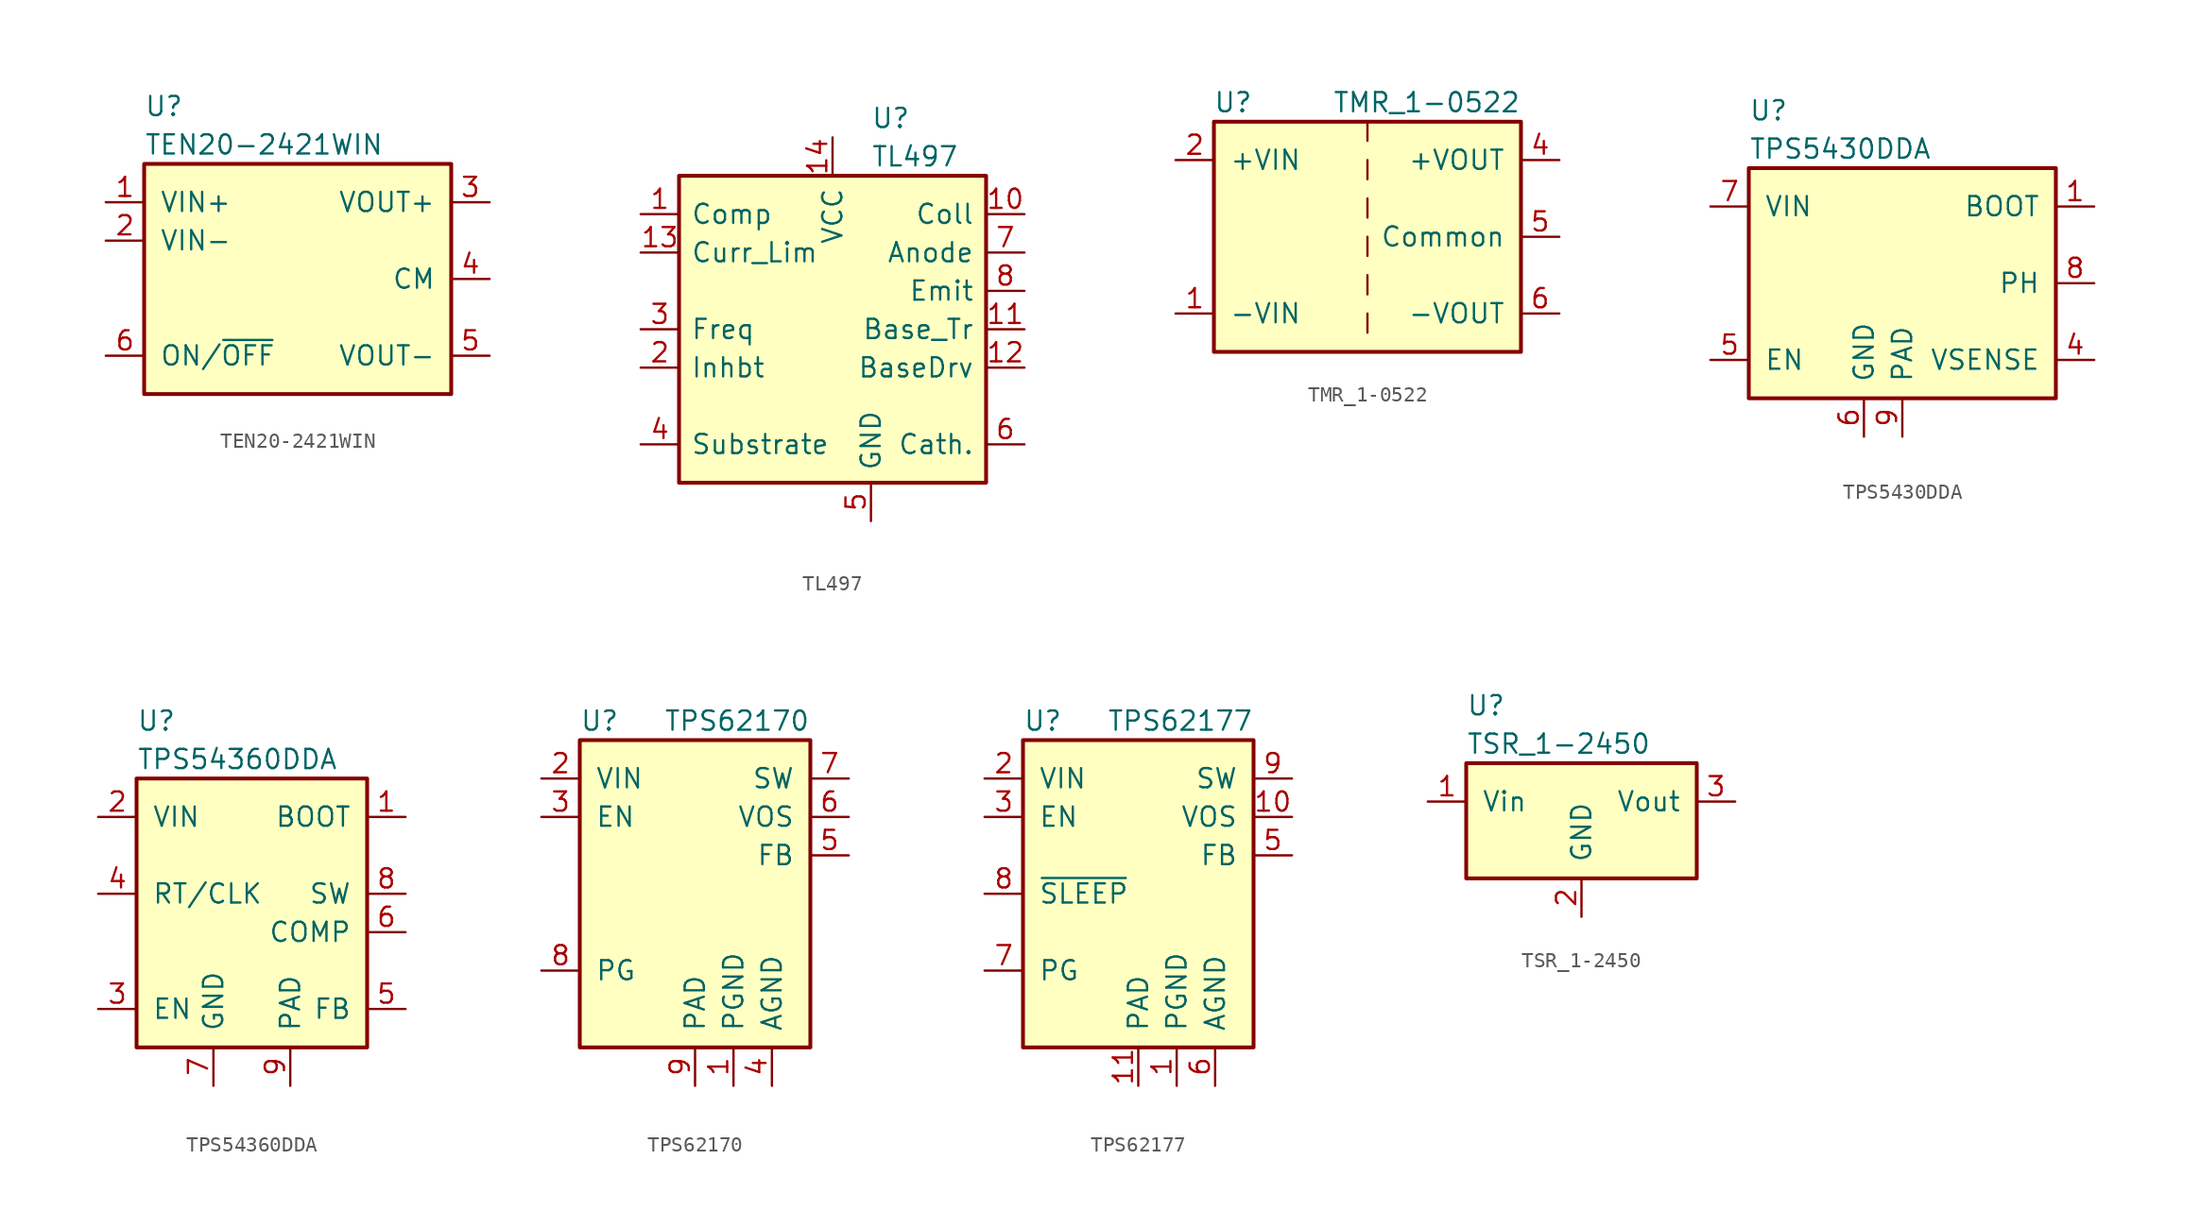
<source format=kicad_sym>
(kicad_symbol_lib
  (version 20211014)
  (generator kicad_symbol_editor)
  (symbol "TEN20-2421WIN"
    (pin_names
      (offset 1.016))
    (property "Reference" "U"
      (at -10.16 11.43 0)
      (effects (font (size 1.27 1.27)) (justify left)))
    (property "Value" "TEN20-2421WIN"
      (at -10.16 8.89 0)
      (effects (font (size 1.27 1.27)) (justify left)))
    (symbol "TEN20-2421WIN_0_1"
      (rectangle (start -10.16 7.62) (end 10.16 -7.62) (stroke (width 0.254) (type default) (color 0 0 0 0)) (fill (type background))))
    (symbol "TEN20-2421WIN_1_1"
      (pin power_in line (at -12.7 5.08 0) (length 2.54) (name "VIN+" (effects (font (size 1.27 1.27)))) (number "1" (effects (font (size 1.27 1.27)))))
      (pin power_in line (at -12.7 2.54 0) (length 2.54) (name "VIN-" (effects (font (size 1.27 1.27)))) (number "2" (effects (font (size 1.27 1.27)))))
      (pin power_out line (at 12.7 5.08 180) (length 2.54) (name "VOUT+" (effects (font (size 1.27 1.27)))) (number "3" (effects (font (size 1.27 1.27)))))
      (pin power_out line (at 12.7 0 180) (length 2.54) (name "CM" (effects (font (size 1.27 1.27)))) (number "4" (effects (font (size 1.27 1.27)))))
      (pin power_out line (at 12.7 -5.08 180) (length 2.54) (name "VOUT-" (effects (font (size 1.27 1.27)))) (number "5" (effects (font (size 1.27 1.27)))))
      (pin input line (at -12.7 -5.08 0) (length 2.54) (name "ON/~{OFF}" (effects (font (size 1.27 1.27)))) (number "6" (effects (font (size 1.27 1.27)))))))
  (symbol "TL497"
    (pin_names
      (offset 0.762))
    (property "Reference" "U"
      (at 2.54 13.97 0)
      (effects (font (size 1.27 1.27)) (justify left)))
    (property "Value" "TL497"
      (at 2.54 11.43 0)
      (effects (font (size 1.27 1.27)) (justify left)))
    (symbol "TL497_0_1"
      (rectangle (start -10.16 10.16) (end 10.16 -10.16) (stroke (width 0.254) (type default) (color 0 0 0 0)) (fill (type background))))
    (symbol "TL497_1_1"
      (pin input line (at -12.7 7.62 0) (length 2.54) (name "Comp" (effects (font (size 1.27 1.27)))) (number "1" (effects (font (size 1.27 1.27)))))
      (pin input line (at 12.7 7.62 180) (length 2.54) (name "Coll" (effects (font (size 1.27 1.27)))) (number "10" (effects (font (size 1.27 1.27)))))
      (pin unspecified line (at 12.7 0 180) (length 2.54) (name "Base_Tr" (effects (font (size 1.27 1.27)))) (number "11" (effects (font (size 1.27 1.27)))))
      (pin unspecified line (at 12.7 -2.54 180) (length 2.54) (name "BaseDrv" (effects (font (size 1.27 1.27)))) (number "12" (effects (font (size 1.27 1.27)))))
      (pin input line (at -12.7 5.08 0) (length 2.54) (name "Curr_Lim" (effects (font (size 1.27 1.27)))) (number "13" (effects (font (size 1.27 1.27)))))
      (pin power_in line (at 0 12.7 270) (length 2.54) (name "VCC" (effects (font (size 1.27 1.27)))) (number "14" (effects (font (size 1.27 1.27)))))
      (pin input line (at -12.7 -2.54 0) (length 2.54) (name "Inhbt" (effects (font (size 1.27 1.27)))) (number "2" (effects (font (size 1.27 1.27)))))
      (pin input line (at -12.7 0 0) (length 2.54) (name "Freq" (effects (font (size 1.27 1.27)))) (number "3" (effects (font (size 1.27 1.27)))))
      (pin input line (at -12.7 -7.62 0) (length 2.54) (name "Substrate" (effects (font (size 1.27 1.27)))) (number "4" (effects (font (size 1.27 1.27)))))
      (pin power_in line (at 2.54 -12.7 90) (length 2.54) (name "GND" (effects (font (size 1.27 1.27)))) (number "5" (effects (font (size 1.27 1.27)))))
      (pin input line (at 12.7 -7.62 180) (length 2.54) (name "Cath." (effects (font (size 1.27 1.27)))) (number "6" (effects (font (size 1.27 1.27)))))
      (pin input line (at 12.7 5.08 180) (length 2.54) (name "Anode" (effects (font (size 1.27 1.27)))) (number "7" (effects (font (size 1.27 1.27)))))
      (pin output line (at 12.7 2.54 180) (length 2.54) (name "Emit" (effects (font (size 1.27 1.27)))) (number "8" (effects (font (size 1.27 1.27)))))
      (pin no_connect line (at -12.7 -5.08 0) (length 2.54) hide (name "NC" (effects (font (size 1.27 1.27)))) (number "9" (effects (font (size 1.27 1.27)))))))
  (symbol "TMR_1-0522"
    (pin_names
      (offset 1.016))
    (property "Reference" "U"
      (at -8.89 8.89 0)
      (effects (font (size 1.27 1.27))))
    (property "Value" "TMR_1-0522"
      (at 10.16 8.89 0)
      (effects (font (size 1.27 1.27)) (justify right)))
    (symbol "TMR_1-0522_0_1"
      (rectangle (start -10.16 7.62) (end 10.16 -7.62) (stroke (width 0.254) (type default) (color 0 0 0 0)) (fill (type background)))
      (polyline (pts (xy 0 -5.08) (xy 0 -6.35)) (stroke (width 0) (type default) (color 0 0 0 0)) (fill (type none)))
      (polyline (pts (xy 0 -2.54) (xy 0 -3.81)) (stroke (width 0) (type default) (color 0 0 0 0)) (fill (type none)))
      (polyline (pts (xy 0 0) (xy 0 -1.27)) (stroke (width 0) (type default) (color 0 0 0 0)) (fill (type none)))
      (polyline (pts (xy 0 2.54) (xy 0 1.27)) (stroke (width 0) (type default) (color 0 0 0 0)) (fill (type none)))
      (polyline (pts (xy 0 5.08) (xy 0 3.81)) (stroke (width 0) (type default) (color 0 0 0 0)) (fill (type none)))
      (polyline (pts (xy 0 7.62) (xy 0 6.35)) (stroke (width 0) (type default) (color 0 0 0 0)) (fill (type none))))
    (symbol "TMR_1-0522_1_1"
      (pin power_in line (at -12.7 -5.08 0) (length 2.54) (name "-VIN" (effects (font (size 1.27 1.27)))) (number "1" (effects (font (size 1.27 1.27)))))
      (pin power_in line (at -12.7 5.08 0) (length 2.54) (name "+VIN" (effects (font (size 1.27 1.27)))) (number "2" (effects (font (size 1.27 1.27)))))
      (pin power_out line (at 12.7 5.08 180) (length 2.54) (name "+VOUT" (effects (font (size 1.27 1.27)))) (number "4" (effects (font (size 1.27 1.27)))))
      (pin power_out line (at 12.7 0 180) (length 2.54) (name "Common" (effects (font (size 1.27 1.27)))) (number "5" (effects (font (size 1.27 1.27)))))
      (pin power_out line (at 12.7 -5.08 180) (length 2.54) (name "-VOUT" (effects (font (size 1.27 1.27)))) (number "6" (effects (font (size 1.27 1.27)))))))
  (symbol "TPS5430DDA"
    (pin_names
      (offset 1.016))
    (property "Reference" "U"
      (at -10.16 11.43 0)
      (effects (font (size 1.27 1.27)) (justify left)))
    (property "Value" "TPS5430DDA"
      (at -10.16 8.89 0)
      (effects (font (size 1.27 1.27)) (justify left)))
    (symbol "TPS5430DDA_0_1"
      (rectangle (start -10.16 7.62) (end 10.16 -7.62) (stroke (width 0.254) (type default) (color 0 0 0 0)) (fill (type background))))
    (symbol "TPS5430DDA_1_1"
      (pin input line (at 12.7 5.08 180) (length 2.54) (name "BOOT" (effects (font (size 1.27 1.27)))) (number "1" (effects (font (size 1.27 1.27)))))
      (pin input line (at 12.7 -5.08 180) (length 2.54) (name "VSENSE" (effects (font (size 1.27 1.27)))) (number "4" (effects (font (size 1.27 1.27)))))
      (pin input line (at -12.7 -5.08 0) (length 2.54) (name "EN" (effects (font (size 1.27 1.27)))) (number "5" (effects (font (size 1.27 1.27)))))
      (pin power_in line (at -2.54 -10.16 90) (length 2.54) (name "GND" (effects (font (size 1.27 1.27)))) (number "6" (effects (font (size 1.27 1.27)))))
      (pin input line (at -12.7 5.08 0) (length 2.54) (name "VIN" (effects (font (size 1.27 1.27)))) (number "7" (effects (font (size 1.27 1.27)))))
      (pin output line (at 12.7 0 180) (length 2.54) (name "PH" (effects (font (size 1.27 1.27)))) (number "8" (effects (font (size 1.27 1.27)))))
      (pin passive line (at 0 -10.16 90) (length 2.54) (name "PAD" (effects (font (size 1.27 1.27)))) (number "9" (effects (font (size 1.27 1.27)))))))
  (symbol "TPS54360DDA"
    (pin_names
      (offset 1.016))
    (property "Reference" "U"
      (at -7.62 11.43 0)
      (effects (font (size 1.27 1.27)) (justify left)))
    (property "Value" "TPS54360DDA"
      (at -7.62 8.89 0)
      (effects (font (size 1.27 1.27)) (justify left)))
    (symbol "TPS54360DDA_0_1"
      (rectangle (start -7.62 7.62) (end 7.62 -10.16) (stroke (width 0.254) (type default) (color 0 0 0 0)) (fill (type background))))
    (symbol "TPS54360DDA_1_1"
      (pin input line (at 10.16 5.08 180) (length 2.54) (name "BOOT" (effects (font (size 1.27 1.27)))) (number "1" (effects (font (size 1.27 1.27)))))
      (pin input line (at -10.16 5.08 0) (length 2.54) (name "VIN" (effects (font (size 1.27 1.27)))) (number "2" (effects (font (size 1.27 1.27)))))
      (pin input line (at -10.16 -7.62 0) (length 2.54) (name "EN" (effects (font (size 1.27 1.27)))) (number "3" (effects (font (size 1.27 1.27)))))
      (pin input line (at -10.16 0 0) (length 2.54) (name "RT/CLK" (effects (font (size 1.27 1.27)))) (number "4" (effects (font (size 1.27 1.27)))))
      (pin input line (at 10.16 -7.62 180) (length 2.54) (name "FB" (effects (font (size 1.27 1.27)))) (number "5" (effects (font (size 1.27 1.27)))))
      (pin passive line (at 10.16 -2.54 180) (length 2.54) (name "COMP" (effects (font (size 1.27 1.27)))) (number "6" (effects (font (size 1.27 1.27)))))
      (pin power_in line (at -2.54 -12.7 90) (length 2.54) (name "GND" (effects (font (size 1.27 1.27)))) (number "7" (effects (font (size 1.27 1.27)))))
      (pin output line (at 10.16 0 180) (length 2.54) (name "SW" (effects (font (size 1.27 1.27)))) (number "8" (effects (font (size 1.27 1.27)))))
      (pin passive line (at 2.54 -12.7 90) (length 2.54) (name "PAD" (effects (font (size 1.27 1.27)))) (number "9" (effects (font (size 1.27 1.27)))))))
  (symbol "TPS62170"
    (pin_names
      (offset 1.016))
    (property "Reference" "U"
      (at -7.62 11.43 0)
      (effects (font (size 1.27 1.27)) (justify left)))
    (property "Value" "TPS62170"
      (at 7.62 11.43 0)
      (effects (font (size 1.27 1.27)) (justify right)))
    (symbol "TPS62170_0_1"
      (rectangle (start -7.62 10.16) (end 7.62 -10.16) (stroke (width 0.254) (type default) (color 0 0 0 0)) (fill (type background))))
    (symbol "TPS62170_1_1"
      (pin power_in line (at 2.54 -12.7 90) (length 2.54) (name "PGND" (effects (font (size 1.27 1.27)))) (number "1" (effects (font (size 1.27 1.27)))))
      (pin power_in line (at -10.16 7.62 0) (length 2.54) (name "VIN" (effects (font (size 1.27 1.27)))) (number "2" (effects (font (size 1.27 1.27)))))
      (pin input line (at -10.16 5.08 0) (length 2.54) (name "EN" (effects (font (size 1.27 1.27)))) (number "3" (effects (font (size 1.27 1.27)))))
      (pin power_in line (at 5.08 -12.7 90) (length 2.54) (name "AGND" (effects (font (size 1.27 1.27)))) (number "4" (effects (font (size 1.27 1.27)))))
      (pin input line (at 10.16 2.54 180) (length 2.54) (name "FB" (effects (font (size 1.27 1.27)))) (number "5" (effects (font (size 1.27 1.27)))))
      (pin input line (at 10.16 5.08 180) (length 2.54) (name "VOS" (effects (font (size 1.27 1.27)))) (number "6" (effects (font (size 1.27 1.27)))))
      (pin power_out line (at 10.16 7.62 180) (length 2.54) (name "SW" (effects (font (size 1.27 1.27)))) (number "7" (effects (font (size 1.27 1.27)))))
      (pin output line (at -10.16 -5.08 0) (length 2.54) (name "PG" (effects (font (size 1.27 1.27)))) (number "8" (effects (font (size 1.27 1.27)))))
      (pin power_in line (at 0 -12.7 90) (length 2.54) (name "PAD" (effects (font (size 1.27 1.27)))) (number "9" (effects (font (size 1.27 1.27)))))))
  (symbol "TPS62177"
    (pin_names
      (offset 1.016))
    (property "Reference" "U"
      (at -7.62 11.43 0)
      (effects (font (size 1.27 1.27)) (justify left)))
    (property "Value" "TPS62177"
      (at 7.62 11.43 0)
      (effects (font (size 1.27 1.27)) (justify right)))
    (symbol "TPS62177_0_1"
      (rectangle (start -7.62 10.16) (end 7.62 -10.16) (stroke (width 0.254) (type default) (color 0 0 0 0)) (fill (type background))))
    (symbol "TPS62177_1_1"
      (pin power_in line (at 2.54 -12.7 90) (length 2.54) (name "PGND" (effects (font (size 1.27 1.27)))) (number "1" (effects (font (size 1.27 1.27)))))
      (pin input line (at 10.16 5.08 180) (length 2.54) (name "VOS" (effects (font (size 1.27 1.27)))) (number "10" (effects (font (size 1.27 1.27)))))
      (pin power_in line (at 0 -12.7 90) (length 2.54) (name "PAD" (effects (font (size 1.27 1.27)))) (number "11" (effects (font (size 1.27 1.27)))))
      (pin power_in line (at -10.16 7.62 0) (length 2.54) (name "VIN" (effects (font (size 1.27 1.27)))) (number "2" (effects (font (size 1.27 1.27)))))
      (pin input line (at -10.16 5.08 0) (length 2.54) (name "EN" (effects (font (size 1.27 1.27)))) (number "3" (effects (font (size 1.27 1.27)))))
      (pin passive line (at -2.54 -12.7 90) (length 2.54) hide (name "NC" (effects (font (size 1.27 1.27)))) (number "4" (effects (font (size 1.27 1.27)))))
      (pin input line (at 10.16 2.54 180) (length 2.54) (name "FB" (effects (font (size 1.27 1.27)))) (number "5" (effects (font (size 1.27 1.27)))))
      (pin power_in line (at 5.08 -12.7 90) (length 2.54) (name "AGND" (effects (font (size 1.27 1.27)))) (number "6" (effects (font (size 1.27 1.27)))))
      (pin output line (at -10.16 -5.08 0) (length 2.54) (name "PG" (effects (font (size 1.27 1.27)))) (number "7" (effects (font (size 1.27 1.27)))))
      (pin input line (at -10.16 0 0) (length 2.54) (name "~{SLEEP}" (effects (font (size 1.27 1.27)))) (number "8" (effects (font (size 1.27 1.27)))))
      (pin power_out line (at 10.16 7.62 180) (length 2.54) (name "SW" (effects (font (size 1.27 1.27)))) (number "9" (effects (font (size 1.27 1.27)))))))
  (symbol "TSR_1-2450"
    (pin_names
      (offset 1.016))
    (property "Reference" "U"
      (at -7.62 8.89 0)
      (effects (font (size 1.27 1.27)) (justify left)))
    (property "Value" "TSR_1-2450"
      (at -7.62 6.35 0)
      (effects (font (size 1.27 1.27)) (justify left)))
    (symbol "TSR_1-2450_0_1"
      (rectangle (start -7.62 5.08) (end 7.62 -2.54) (stroke (width 0.254) (type default) (color 0 0 0 0)) (fill (type background))))
    (symbol "TSR_1-2450_1_1"
      (pin power_in line (at -10.16 2.54 0) (length 2.54) (name "Vin" (effects (font (size 1.27 1.27)))) (number "1" (effects (font (size 1.27 1.27)))))
      (pin power_in line (at 0 -5.08 90) (length 2.54) (name "GND" (effects (font (size 1.27 1.27)))) (number "2" (effects (font (size 1.27 1.27)))))
      (pin power_out line (at 10.16 2.54 180) (length 2.54) (name "Vout" (effects (font (size 1.27 1.27)))) (number "3" (effects (font (size 1.27 1.27))))))))
</source>
